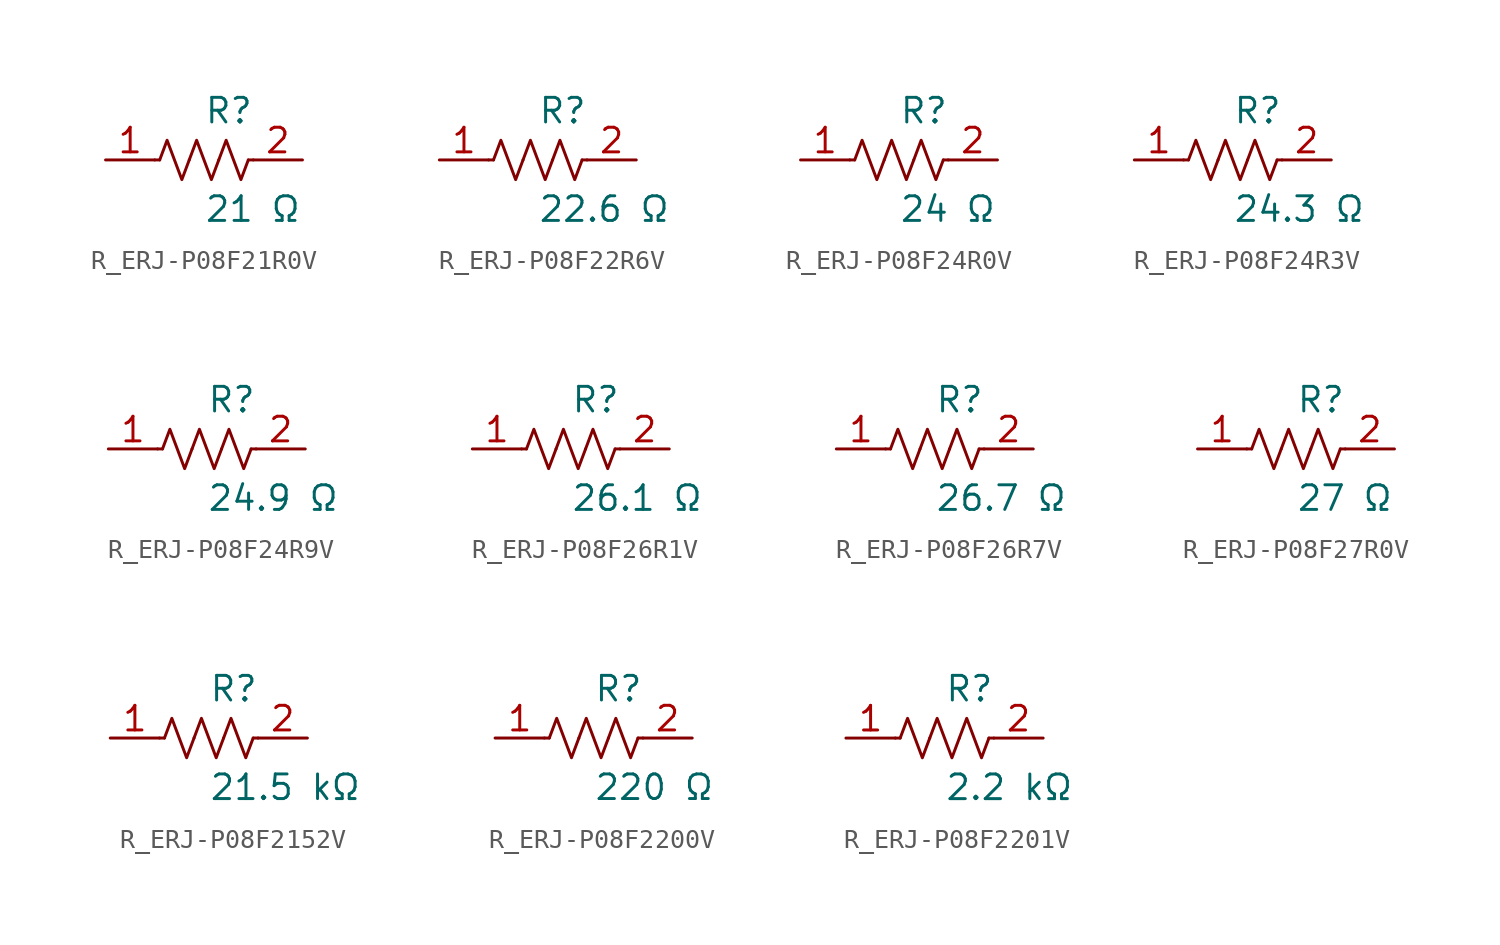
<source format=kicad_sym>
(kicad_symbol_lib
  (version 20231120)
  (generator kicad_symbol_editor)
  (generator_version 8.0)
  (symbol "R_ERJ-P08F21R0V"
    (pin_names
      (offset 0.254))
    (property "Reference" "R"
      (at 0.0 2.54 0)
      (effects (font (size 1.27 1.27)) (justify left)))
    (property "Value" "21 Ω"
      (at 0.0 -2.54 0)
      (effects (font (size 1.27 1.27)) (justify left)))
    (symbol "R_ERJ-P08F21R0V_0_1"
      (polyline (pts (xy 2.286 0) (xy 2.54 0)) (stroke (width 0) (type default)) (fill (type none)))
      (polyline (pts (xy -2.286 0) (xy -2.54 0)) (stroke (width 0) (type default)) (fill (type none)))
      (polyline (pts (xy 0.762 0) (xy 1.143 1.016) (xy 1.524 0) (xy 1.905 -1.016) (xy 2.286 0)) (stroke (width 0) (type default)) (fill (type none)))
      (polyline (pts (xy -0.762 0) (xy -0.381 1.016) (xy 0 0) (xy 0.381 -1.016) (xy 0.762 0)) (stroke (width 0) (type default)) (fill (type none)))
      (polyline (pts (xy -2.286 0) (xy -1.905 1.016) (xy -1.524 0) (xy -1.143 -1.016) (xy -0.762 0)) (stroke (width 0) (type default)) (fill (type none))))
    (pin unspecified line
      (at -5.08 0 0)
      (length 2.54)
      (name "" (effects (font (size 1.27 1.27))))
      (number "1" (effects (font (size 1.27 1.27)))))
    (pin unspecified line
      (at 5.08 0 180)
      (length 2.54)
      (name "" (effects (font (size 1.27 1.27))))
      (number "2" (effects (font (size 1.27 1.27))))))
  (symbol "R_ERJ-P08F22R6V"
    (pin_names
      (offset 0.254))
    (property "Reference" "R"
      (at 0.0 2.54 0)
      (effects (font (size 1.27 1.27)) (justify left)))
    (property "Value" "22.6 Ω"
      (at 0.0 -2.54 0)
      (effects (font (size 1.27 1.27)) (justify left)))
    (symbol "R_ERJ-P08F22R6V_0_1"
      (polyline (pts (xy 2.286 0) (xy 2.54 0)) (stroke (width 0) (type default)) (fill (type none)))
      (polyline (pts (xy -2.286 0) (xy -2.54 0)) (stroke (width 0) (type default)) (fill (type none)))
      (polyline (pts (xy 0.762 0) (xy 1.143 1.016) (xy 1.524 0) (xy 1.905 -1.016) (xy 2.286 0)) (stroke (width 0) (type default)) (fill (type none)))
      (polyline (pts (xy -0.762 0) (xy -0.381 1.016) (xy 0 0) (xy 0.381 -1.016) (xy 0.762 0)) (stroke (width 0) (type default)) (fill (type none)))
      (polyline (pts (xy -2.286 0) (xy -1.905 1.016) (xy -1.524 0) (xy -1.143 -1.016) (xy -0.762 0)) (stroke (width 0) (type default)) (fill (type none))))
    (pin unspecified line
      (at -5.08 0 0)
      (length 2.54)
      (name "" (effects (font (size 1.27 1.27))))
      (number "1" (effects (font (size 1.27 1.27)))))
    (pin unspecified line
      (at 5.08 0 180)
      (length 2.54)
      (name "" (effects (font (size 1.27 1.27))))
      (number "2" (effects (font (size 1.27 1.27))))))
  (symbol "R_ERJ-P08F24R0V"
    (pin_names
      (offset 0.254))
    (property "Reference" "R"
      (at 0.0 2.54 0)
      (effects (font (size 1.27 1.27)) (justify left)))
    (property "Value" "24 Ω"
      (at 0.0 -2.54 0)
      (effects (font (size 1.27 1.27)) (justify left)))
    (symbol "R_ERJ-P08F24R0V_0_1"
      (polyline (pts (xy 2.286 0) (xy 2.54 0)) (stroke (width 0) (type default)) (fill (type none)))
      (polyline (pts (xy -2.286 0) (xy -2.54 0)) (stroke (width 0) (type default)) (fill (type none)))
      (polyline (pts (xy 0.762 0) (xy 1.143 1.016) (xy 1.524 0) (xy 1.905 -1.016) (xy 2.286 0)) (stroke (width 0) (type default)) (fill (type none)))
      (polyline (pts (xy -0.762 0) (xy -0.381 1.016) (xy 0 0) (xy 0.381 -1.016) (xy 0.762 0)) (stroke (width 0) (type default)) (fill (type none)))
      (polyline (pts (xy -2.286 0) (xy -1.905 1.016) (xy -1.524 0) (xy -1.143 -1.016) (xy -0.762 0)) (stroke (width 0) (type default)) (fill (type none))))
    (pin unspecified line
      (at -5.08 0 0)
      (length 2.54)
      (name "" (effects (font (size 1.27 1.27))))
      (number "1" (effects (font (size 1.27 1.27)))))
    (pin unspecified line
      (at 5.08 0 180)
      (length 2.54)
      (name "" (effects (font (size 1.27 1.27))))
      (number "2" (effects (font (size 1.27 1.27))))))
  (symbol "R_ERJ-P08F24R3V"
    (pin_names
      (offset 0.254))
    (property "Reference" "R"
      (at 0.0 2.54 0)
      (effects (font (size 1.27 1.27)) (justify left)))
    (property "Value" "24.3 Ω"
      (at 0.0 -2.54 0)
      (effects (font (size 1.27 1.27)) (justify left)))
    (symbol "R_ERJ-P08F24R3V_0_1"
      (polyline (pts (xy 2.286 0) (xy 2.54 0)) (stroke (width 0) (type default)) (fill (type none)))
      (polyline (pts (xy -2.286 0) (xy -2.54 0)) (stroke (width 0) (type default)) (fill (type none)))
      (polyline (pts (xy 0.762 0) (xy 1.143 1.016) (xy 1.524 0) (xy 1.905 -1.016) (xy 2.286 0)) (stroke (width 0) (type default)) (fill (type none)))
      (polyline (pts (xy -0.762 0) (xy -0.381 1.016) (xy 0 0) (xy 0.381 -1.016) (xy 0.762 0)) (stroke (width 0) (type default)) (fill (type none)))
      (polyline (pts (xy -2.286 0) (xy -1.905 1.016) (xy -1.524 0) (xy -1.143 -1.016) (xy -0.762 0)) (stroke (width 0) (type default)) (fill (type none))))
    (pin unspecified line
      (at -5.08 0 0)
      (length 2.54)
      (name "" (effects (font (size 1.27 1.27))))
      (number "1" (effects (font (size 1.27 1.27)))))
    (pin unspecified line
      (at 5.08 0 180)
      (length 2.54)
      (name "" (effects (font (size 1.27 1.27))))
      (number "2" (effects (font (size 1.27 1.27))))))
  (symbol "R_ERJ-P08F24R9V"
    (pin_names
      (offset 0.254))
    (property "Reference" "R"
      (at 0.0 2.54 0)
      (effects (font (size 1.27 1.27)) (justify left)))
    (property "Value" "24.9 Ω"
      (at 0.0 -2.54 0)
      (effects (font (size 1.27 1.27)) (justify left)))
    (symbol "R_ERJ-P08F24R9V_0_1"
      (polyline (pts (xy 2.286 0) (xy 2.54 0)) (stroke (width 0) (type default)) (fill (type none)))
      (polyline (pts (xy -2.286 0) (xy -2.54 0)) (stroke (width 0) (type default)) (fill (type none)))
      (polyline (pts (xy 0.762 0) (xy 1.143 1.016) (xy 1.524 0) (xy 1.905 -1.016) (xy 2.286 0)) (stroke (width 0) (type default)) (fill (type none)))
      (polyline (pts (xy -0.762 0) (xy -0.381 1.016) (xy 0 0) (xy 0.381 -1.016) (xy 0.762 0)) (stroke (width 0) (type default)) (fill (type none)))
      (polyline (pts (xy -2.286 0) (xy -1.905 1.016) (xy -1.524 0) (xy -1.143 -1.016) (xy -0.762 0)) (stroke (width 0) (type default)) (fill (type none))))
    (pin unspecified line
      (at -5.08 0 0)
      (length 2.54)
      (name "" (effects (font (size 1.27 1.27))))
      (number "1" (effects (font (size 1.27 1.27)))))
    (pin unspecified line
      (at 5.08 0 180)
      (length 2.54)
      (name "" (effects (font (size 1.27 1.27))))
      (number "2" (effects (font (size 1.27 1.27))))))
  (symbol "R_ERJ-P08F26R1V"
    (pin_names
      (offset 0.254))
    (property "Reference" "R"
      (at 0.0 2.54 0)
      (effects (font (size 1.27 1.27)) (justify left)))
    (property "Value" "26.1 Ω"
      (at 0.0 -2.54 0)
      (effects (font (size 1.27 1.27)) (justify left)))
    (symbol "R_ERJ-P08F26R1V_0_1"
      (polyline (pts (xy 2.286 0) (xy 2.54 0)) (stroke (width 0) (type default)) (fill (type none)))
      (polyline (pts (xy -2.286 0) (xy -2.54 0)) (stroke (width 0) (type default)) (fill (type none)))
      (polyline (pts (xy 0.762 0) (xy 1.143 1.016) (xy 1.524 0) (xy 1.905 -1.016) (xy 2.286 0)) (stroke (width 0) (type default)) (fill (type none)))
      (polyline (pts (xy -0.762 0) (xy -0.381 1.016) (xy 0 0) (xy 0.381 -1.016) (xy 0.762 0)) (stroke (width 0) (type default)) (fill (type none)))
      (polyline (pts (xy -2.286 0) (xy -1.905 1.016) (xy -1.524 0) (xy -1.143 -1.016) (xy -0.762 0)) (stroke (width 0) (type default)) (fill (type none))))
    (pin unspecified line
      (at -5.08 0 0)
      (length 2.54)
      (name "" (effects (font (size 1.27 1.27))))
      (number "1" (effects (font (size 1.27 1.27)))))
    (pin unspecified line
      (at 5.08 0 180)
      (length 2.54)
      (name "" (effects (font (size 1.27 1.27))))
      (number "2" (effects (font (size 1.27 1.27))))))
  (symbol "R_ERJ-P08F26R7V"
    (pin_names
      (offset 0.254))
    (property "Reference" "R"
      (at 0.0 2.54 0)
      (effects (font (size 1.27 1.27)) (justify left)))
    (property "Value" "26.7 Ω"
      (at 0.0 -2.54 0)
      (effects (font (size 1.27 1.27)) (justify left)))
    (symbol "R_ERJ-P08F26R7V_0_1"
      (polyline (pts (xy 2.286 0) (xy 2.54 0)) (stroke (width 0) (type default)) (fill (type none)))
      (polyline (pts (xy -2.286 0) (xy -2.54 0)) (stroke (width 0) (type default)) (fill (type none)))
      (polyline (pts (xy 0.762 0) (xy 1.143 1.016) (xy 1.524 0) (xy 1.905 -1.016) (xy 2.286 0)) (stroke (width 0) (type default)) (fill (type none)))
      (polyline (pts (xy -0.762 0) (xy -0.381 1.016) (xy 0 0) (xy 0.381 -1.016) (xy 0.762 0)) (stroke (width 0) (type default)) (fill (type none)))
      (polyline (pts (xy -2.286 0) (xy -1.905 1.016) (xy -1.524 0) (xy -1.143 -1.016) (xy -0.762 0)) (stroke (width 0) (type default)) (fill (type none))))
    (pin unspecified line
      (at -5.08 0 0)
      (length 2.54)
      (name "" (effects (font (size 1.27 1.27))))
      (number "1" (effects (font (size 1.27 1.27)))))
    (pin unspecified line
      (at 5.08 0 180)
      (length 2.54)
      (name "" (effects (font (size 1.27 1.27))))
      (number "2" (effects (font (size 1.27 1.27))))))
  (symbol "R_ERJ-P08F27R0V"
    (pin_names
      (offset 0.254))
    (property "Reference" "R"
      (at 0.0 2.54 0)
      (effects (font (size 1.27 1.27)) (justify left)))
    (property "Value" "27 Ω"
      (at 0.0 -2.54 0)
      (effects (font (size 1.27 1.27)) (justify left)))
    (symbol "R_ERJ-P08F27R0V_0_1"
      (polyline (pts (xy 2.286 0) (xy 2.54 0)) (stroke (width 0) (type default)) (fill (type none)))
      (polyline (pts (xy -2.286 0) (xy -2.54 0)) (stroke (width 0) (type default)) (fill (type none)))
      (polyline (pts (xy 0.762 0) (xy 1.143 1.016) (xy 1.524 0) (xy 1.905 -1.016) (xy 2.286 0)) (stroke (width 0) (type default)) (fill (type none)))
      (polyline (pts (xy -0.762 0) (xy -0.381 1.016) (xy 0 0) (xy 0.381 -1.016) (xy 0.762 0)) (stroke (width 0) (type default)) (fill (type none)))
      (polyline (pts (xy -2.286 0) (xy -1.905 1.016) (xy -1.524 0) (xy -1.143 -1.016) (xy -0.762 0)) (stroke (width 0) (type default)) (fill (type none))))
    (pin unspecified line
      (at -5.08 0 0)
      (length 2.54)
      (name "" (effects (font (size 1.27 1.27))))
      (number "1" (effects (font (size 1.27 1.27)))))
    (pin unspecified line
      (at 5.08 0 180)
      (length 2.54)
      (name "" (effects (font (size 1.27 1.27))))
      (number "2" (effects (font (size 1.27 1.27))))))
  (symbol "R_ERJ-P08F2152V"
    (pin_names
      (offset 0.254))
    (property "Reference" "R"
      (at 0.0 2.54 0)
      (effects (font (size 1.27 1.27)) (justify left)))
    (property "Value" "21.5 kΩ"
      (at 0.0 -2.54 0)
      (effects (font (size 1.27 1.27)) (justify left)))
    (symbol "R_ERJ-P08F2152V_0_1"
      (polyline (pts (xy 2.286 0) (xy 2.54 0)) (stroke (width 0) (type default)) (fill (type none)))
      (polyline (pts (xy -2.286 0) (xy -2.54 0)) (stroke (width 0) (type default)) (fill (type none)))
      (polyline (pts (xy 0.762 0) (xy 1.143 1.016) (xy 1.524 0) (xy 1.905 -1.016) (xy 2.286 0)) (stroke (width 0) (type default)) (fill (type none)))
      (polyline (pts (xy -0.762 0) (xy -0.381 1.016) (xy 0 0) (xy 0.381 -1.016) (xy 0.762 0)) (stroke (width 0) (type default)) (fill (type none)))
      (polyline (pts (xy -2.286 0) (xy -1.905 1.016) (xy -1.524 0) (xy -1.143 -1.016) (xy -0.762 0)) (stroke (width 0) (type default)) (fill (type none))))
    (pin unspecified line
      (at -5.08 0 0)
      (length 2.54)
      (name "" (effects (font (size 1.27 1.27))))
      (number "1" (effects (font (size 1.27 1.27)))))
    (pin unspecified line
      (at 5.08 0 180)
      (length 2.54)
      (name "" (effects (font (size 1.27 1.27))))
      (number "2" (effects (font (size 1.27 1.27))))))
  (symbol "R_ERJ-P08F2200V"
    (pin_names
      (offset 0.254))
    (property "Reference" "R"
      (at 0.0 2.54 0)
      (effects (font (size 1.27 1.27)) (justify left)))
    (property "Value" "220 Ω"
      (at 0.0 -2.54 0)
      (effects (font (size 1.27 1.27)) (justify left)))
    (symbol "R_ERJ-P08F2200V_0_1"
      (polyline (pts (xy 2.286 0) (xy 2.54 0)) (stroke (width 0) (type default)) (fill (type none)))
      (polyline (pts (xy -2.286 0) (xy -2.54 0)) (stroke (width 0) (type default)) (fill (type none)))
      (polyline (pts (xy 0.762 0) (xy 1.143 1.016) (xy 1.524 0) (xy 1.905 -1.016) (xy 2.286 0)) (stroke (width 0) (type default)) (fill (type none)))
      (polyline (pts (xy -0.762 0) (xy -0.381 1.016) (xy 0 0) (xy 0.381 -1.016) (xy 0.762 0)) (stroke (width 0) (type default)) (fill (type none)))
      (polyline (pts (xy -2.286 0) (xy -1.905 1.016) (xy -1.524 0) (xy -1.143 -1.016) (xy -0.762 0)) (stroke (width 0) (type default)) (fill (type none))))
    (pin unspecified line
      (at -5.08 0 0)
      (length 2.54)
      (name "" (effects (font (size 1.27 1.27))))
      (number "1" (effects (font (size 1.27 1.27)))))
    (pin unspecified line
      (at 5.08 0 180)
      (length 2.54)
      (name "" (effects (font (size 1.27 1.27))))
      (number "2" (effects (font (size 1.27 1.27))))))
  (symbol "R_ERJ-P08F2201V"
    (pin_names
      (offset 0.254))
    (property "Reference" "R"
      (at 0.0 2.54 0)
      (effects (font (size 1.27 1.27)) (justify left)))
    (property "Value" "2.2 kΩ"
      (at 0.0 -2.54 0)
      (effects (font (size 1.27 1.27)) (justify left)))
    (symbol "R_ERJ-P08F2201V_0_1"
      (polyline (pts (xy 2.286 0) (xy 2.54 0)) (stroke (width 0) (type default)) (fill (type none)))
      (polyline (pts (xy -2.286 0) (xy -2.54 0)) (stroke (width 0) (type default)) (fill (type none)))
      (polyline (pts (xy 0.762 0) (xy 1.143 1.016) (xy 1.524 0) (xy 1.905 -1.016) (xy 2.286 0)) (stroke (width 0) (type default)) (fill (type none)))
      (polyline (pts (xy -0.762 0) (xy -0.381 1.016) (xy 0 0) (xy 0.381 -1.016) (xy 0.762 0)) (stroke (width 0) (type default)) (fill (type none)))
      (polyline (pts (xy -2.286 0) (xy -1.905 1.016) (xy -1.524 0) (xy -1.143 -1.016) (xy -0.762 0)) (stroke (width 0) (type default)) (fill (type none))))
    (pin unspecified line
      (at -5.08 0 0)
      (length 2.54)
      (name "" (effects (font (size 1.27 1.27))))
      (number "1" (effects (font (size 1.27 1.27)))))
    (pin unspecified line
      (at 5.08 0 180)
      (length 2.54)
      (name "" (effects (font (size 1.27 1.27))))
      (number "2" (effects (font (size 1.27 1.27)))))))
</source>
